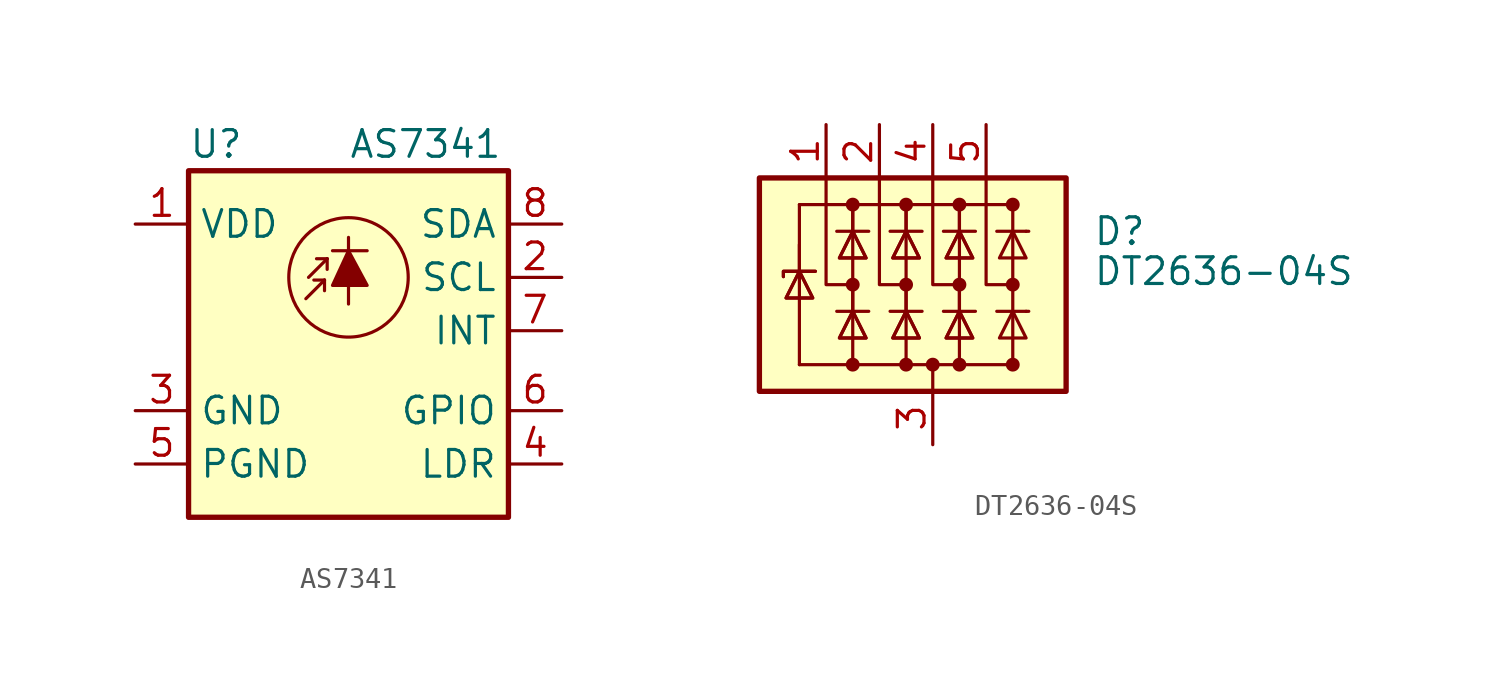
<source format=kicad_sym>
(kicad_symbol_lib
  (version 20211014)
  (generator kicad_symbol_editor)
  (symbol "AS7341"
    (property "Reference" "U"
      (at -7.62 8.89 0)
      (effects (font (size 1.27 1.27)) (justify left)))
    (property "Value" "AS7341"
      (at 0 8.89 0)
      (effects (font (size 1.27 1.27)) (justify left)))
    (symbol "AS7341_0_1"
      (rectangle (start -7.62 7.62) (end 7.62 -8.89) (stroke (width 0.254) (type default) (color 0 0 0 0)) (fill (type background)))
      (polyline (pts (xy 0 4.445) (xy 0 1.27)) (stroke (width 0) (type default) (color 0 0 0 0)) (fill (type none)))
      (circle (center 0 2.54) (radius 2.845) (stroke (width 0) (type default) (color 0 0 0 0)) (fill (type none))))
    (symbol "AS7341_1_1"
      (polyline (pts (xy -1.143 2.413) (xy -2.032 1.524)) (stroke (width 0) (type default) (color 0 0 0 0)) (fill (type none)))
      (polyline (pts (xy -1.143 2.413) (xy -1.651 2.413)) (stroke (width 0) (type default) (color 0 0 0 0)) (fill (type none)))
      (polyline (pts (xy -1.143 2.413) (xy -1.143 1.905)) (stroke (width 0) (type default) (color 0 0 0 0)) (fill (type none)))
      (polyline (pts (xy -1.016 3.429) (xy -1.905 2.54)) (stroke (width 0) (type default) (color 0 0 0 0)) (fill (type none)))
      (polyline (pts (xy -1.016 3.429) (xy -1.524 3.429)) (stroke (width 0) (type default) (color 0 0 0 0)) (fill (type none)))
      (polyline (pts (xy -1.016 3.429) (xy -1.016 2.921)) (stroke (width 0) (type default) (color 0 0 0 0)) (fill (type none)))
      (polyline (pts (xy -0.762 3.81) (xy 0.889 3.81)) (stroke (width 0) (type default) (color 0 0 0 0)) (fill (type none)))
      (polyline (pts (xy -0.762 2.159) (xy 0.889 2.159) (xy 0 3.81) (xy -0.762 2.159)) (stroke (width 0) (type default) (color 0 0 0 0)) (fill (type outline)))
      (pin power_in line (at -10.16 5.08 0) (length 2.54) (name "VDD" (effects (font (size 1.27 1.27)))) (number "1" (effects (font (size 1.27 1.27)))))
      (pin input line (at 10.16 2.54 180) (length 2.54) (name "SCL" (effects (font (size 1.27 1.27)))) (number "2" (effects (font (size 1.27 1.27)))))
      (pin power_in line (at -10.16 -3.81 0) (length 2.54) (name "GND" (effects (font (size 1.27 1.27)))) (number "3" (effects (font (size 1.27 1.27)))))
      (pin output line (at 10.16 -6.35 180) (length 2.54) (name "LDR" (effects (font (size 1.27 1.27)))) (number "4" (effects (font (size 1.27 1.27)))))
      (pin power_in line (at -10.16 -6.35 0) (length 2.54) (name "PGND" (effects (font (size 1.27 1.27)))) (number "5" (effects (font (size 1.27 1.27)))))
      (pin bidirectional line (at 10.16 -3.81 180) (length 2.54) (name "GPIO" (effects (font (size 1.27 1.27)))) (number "6" (effects (font (size 1.27 1.27)))))
      (pin open_collector line (at 10.16 0 180) (length 2.54) (name "INT" (effects (font (size 1.27 1.27)))) (number "7" (effects (font (size 1.27 1.27)))))
      (pin bidirectional line (at 10.16 5.08 180) (length 2.54) (name "SDA" (effects (font (size 1.27 1.27)))) (number "8" (effects (font (size 1.27 1.27)))))))
  (symbol "DT2636-04S"
    (pin_names hide)
    (property "Reference" "D"
      (at 7.62 2.54 0)
      (effects (font (size 1.27 1.27)) (justify left)))
    (property "Value" "DT2636-04S"
      (at 7.62 0.635 0)
      (effects (font (size 1.27 1.27)) (justify left)))
    (symbol "DT2636-04S_0_0"
      (pin passive line (at 0 -7.62 90) (length 2.54) (name "GND" (effects (font (size 1.27 1.27)))) (number "3" (effects (font (size 1.27 1.27))))))
    (symbol "DT2636-04S_0_1"
      (rectangle (start -8.255 5.08) (end 6.35 -5.08) (stroke (width 0.254) (type default) (color 0 0 0 0)) (fill (type background)))
      (circle (center -3.81 -3.81) (radius 0.254) (stroke (width 0) (type default) (color 0 0 0 0)) (fill (type outline)))
      (circle (center -3.81 0) (radius 0.254) (stroke (width 0) (type default) (color 0 0 0 0)) (fill (type outline)))
      (circle (center -3.81 3.81) (radius 0.254) (stroke (width 0) (type default) (color 0 0 0 0)) (fill (type outline)))
      (circle (center -1.27 -3.81) (radius 0.254) (stroke (width 0) (type default) (color 0 0 0 0)) (fill (type outline)))
      (circle (center -1.27 0) (radius 0.254) (stroke (width 0) (type default) (color 0 0 0 0)) (fill (type outline)))
      (circle (center -1.27 3.81) (radius 0.254) (stroke (width 0) (type default) (color 0 0 0 0)) (fill (type outline)))
      (circle (center 0 -3.81) (radius 0.254) (stroke (width 0) (type default) (color 0 0 0 0)) (fill (type outline)))
      (polyline (pts (xy -6.35 0.635) (xy -6.35 -3.81)) (stroke (width 0) (type default) (color 0 0 0 0)) (fill (type none)))
      (polyline (pts (xy -6.35 1.905) (xy -6.35 0.635)) (stroke (width 0) (type default) (color 0 0 0 0)) (fill (type none)))
      (polyline (pts (xy -6.35 3.81) (xy -6.35 0.635)) (stroke (width 0) (type default) (color 0 0 0 0)) (fill (type none)))
      (polyline (pts (xy -3.81 -3.81) (xy -6.35 -3.81)) (stroke (width 0) (type default) (color 0 0 0 0)) (fill (type none)))
      (polyline (pts (xy -3.81 0) (xy -3.81 -1.27)) (stroke (width 0) (type default) (color 0 0 0 0)) (fill (type none)))
      (polyline (pts (xy -3.81 2.54) (xy -3.81 -1.27)) (stroke (width 0) (type default) (color 0 0 0 0)) (fill (type none)))
      (polyline (pts (xy -3.81 3.81) (xy -3.81 2.54)) (stroke (width 0) (type default) (color 0 0 0 0)) (fill (type none)))
      (polyline (pts (xy -3.81 3.81) (xy -3.81 2.54)) (stroke (width 0) (type default) (color 0 0 0 0)) (fill (type none)))
      (polyline (pts (xy -1.27 0) (xy -1.27 -1.27)) (stroke (width 0) (type default) (color 0 0 0 0)) (fill (type none)))
      (polyline (pts (xy -1.27 2.54) (xy -1.27 -1.27)) (stroke (width 0) (type default) (color 0 0 0 0)) (fill (type none)))
      (polyline (pts (xy -1.27 3.81) (xy -1.27 2.54)) (stroke (width 0) (type default) (color 0 0 0 0)) (fill (type none)))
      (polyline (pts (xy -1.27 3.81) (xy -1.27 2.54)) (stroke (width 0) (type default) (color 0 0 0 0)) (fill (type none)))
      (polyline (pts (xy 0 -5.08) (xy 0 -3.81)) (stroke (width 0) (type default) (color 0 0 0 0)) (fill (type none)))
      (polyline (pts (xy 1.27 0) (xy 1.27 -1.27)) (stroke (width 0) (type default) (color 0 0 0 0)) (fill (type none)))
      (polyline (pts (xy 1.27 2.54) (xy 1.27 -1.27)) (stroke (width 0) (type default) (color 0 0 0 0)) (fill (type none)))
      (polyline (pts (xy 1.27 3.81) (xy 1.27 2.54)) (stroke (width 0) (type default) (color 0 0 0 0)) (fill (type none)))
      (polyline (pts (xy 1.27 3.81) (xy 1.27 2.54)) (stroke (width 0) (type default) (color 0 0 0 0)) (fill (type none)))
      (polyline (pts (xy 3.81 -3.81) (xy 3.81 2.54)) (stroke (width 0) (type default) (color 0 0 0 0)) (fill (type none)))
      (polyline (pts (xy 3.81 3.81) (xy -6.35 3.81)) (stroke (width 0) (type default) (color 0 0 0 0)) (fill (type none)))
      (polyline (pts (xy 3.81 3.81) (xy 3.81 2.54)) (stroke (width 0) (type default) (color 0 0 0 0)) (fill (type none)))
      (polyline (pts (xy 4.445 -1.27) (xy 3.048 -1.27)) (stroke (width 0) (type default) (color 0 0 0 0)) (fill (type none)))
      (polyline (pts (xy 4.445 -1.27) (xy 4.572 -1.27)) (stroke (width 0) (type default) (color 0 0 0 0)) (fill (type none)))
      (polyline (pts (xy 4.445 2.54) (xy 3.048 2.54)) (stroke (width 0) (type default) (color 0 0 0 0)) (fill (type none)))
      (polyline (pts (xy 4.445 2.54) (xy 4.572 2.54)) (stroke (width 0) (type default) (color 0 0 0 0)) (fill (type none)))
      (polyline (pts (xy -5.08 5.08) (xy -5.08 0) (xy -3.81 0)) (stroke (width 0) (type default) (color 0 0 0 0)) (fill (type none)))
      (polyline (pts (xy -4.572 -1.27) (xy -3.175 -1.27) (xy -3.048 -1.27)) (stroke (width 0) (type default) (color 0 0 0 0)) (fill (type none)))
      (polyline (pts (xy -4.572 2.54) (xy -3.175 2.54) (xy -3.048 2.54)) (stroke (width 0) (type default) (color 0 0 0 0)) (fill (type none)))
      (polyline (pts (xy -3.81 -1.27) (xy -3.81 -3.81) (xy -1.27 -3.81)) (stroke (width 0) (type default) (color 0 0 0 0)) (fill (type none)))
      (polyline (pts (xy -2.54 5.08) (xy -2.54 0) (xy -1.27 0)) (stroke (width 0) (type default) (color 0 0 0 0)) (fill (type none)))
      (polyline (pts (xy -2.032 -1.27) (xy -0.635 -1.27) (xy -0.508 -1.27)) (stroke (width 0) (type default) (color 0 0 0 0)) (fill (type none)))
      (polyline (pts (xy -2.032 2.54) (xy -0.635 2.54) (xy -0.508 2.54)) (stroke (width 0) (type default) (color 0 0 0 0)) (fill (type none)))
      (polyline (pts (xy -1.27 -1.27) (xy -1.27 -3.81) (xy 1.27 -3.81)) (stroke (width 0) (type default) (color 0 0 0 0)) (fill (type none)))
      (polyline (pts (xy 0 5.08) (xy 0 0) (xy 1.27 0)) (stroke (width 0) (type default) (color 0 0 0 0)) (fill (type none)))
      (polyline (pts (xy 0.508 -1.27) (xy 1.905 -1.27) (xy 2.032 -1.27)) (stroke (width 0) (type default) (color 0 0 0 0)) (fill (type none)))
      (polyline (pts (xy 0.508 2.54) (xy 1.905 2.54) (xy 2.032 2.54)) (stroke (width 0) (type default) (color 0 0 0 0)) (fill (type none)))
      (polyline (pts (xy 1.27 -1.27) (xy 1.27 -3.81) (xy 3.81 -3.81)) (stroke (width 0) (type default) (color 0 0 0 0)) (fill (type none)))
      (polyline (pts (xy 2.54 5.08) (xy 2.54 0) (xy 3.81 0)) (stroke (width 0) (type default) (color 0 0 0 0)) (fill (type none)))
      (polyline (pts (xy -7.112 0.381) (xy -7.112 0.635) (xy -5.715 0.635) (xy -5.588 0.635)) (stroke (width 0) (type default) (color 0 0 0 0)) (fill (type none)))
      (polyline (pts (xy -7.112 0.381) (xy -7.112 0.635) (xy -5.715 0.635) (xy -5.588 0.635)) (stroke (width 0) (type default) (color 0 0 0 0)) (fill (type none)))
      (polyline (pts (xy -6.35 0.635) (xy -5.715 -0.635) (xy -6.985 -0.635) (xy -6.35 0.635)) (stroke (width 0) (type default) (color 0 0 0 0)) (fill (type none)))
      (polyline (pts (xy -6.35 0.635) (xy -5.715 -0.635) (xy -6.985 -0.635) (xy -6.35 0.635)) (stroke (width 0) (type default) (color 0 0 0 0)) (fill (type none)))
      (polyline (pts (xy -3.81 -1.27) (xy -3.175 -2.54) (xy -4.445 -2.54) (xy -3.81 -1.27)) (stroke (width 0) (type default) (color 0 0 0 0)) (fill (type none)))
      (polyline (pts (xy -3.81 -1.27) (xy -3.175 -2.54) (xy -4.445 -2.54) (xy -3.81 -1.27)) (stroke (width 0) (type default) (color 0 0 0 0)) (fill (type none)))
      (polyline (pts (xy -3.81 2.54) (xy -3.175 1.27) (xy -4.445 1.27) (xy -3.81 2.54)) (stroke (width 0) (type default) (color 0 0 0 0)) (fill (type none)))
      (polyline (pts (xy -3.81 2.54) (xy -3.175 1.27) (xy -4.445 1.27) (xy -3.81 2.54)) (stroke (width 0) (type default) (color 0 0 0 0)) (fill (type none)))
      (polyline (pts (xy -1.27 -1.27) (xy -0.635 -2.54) (xy -1.905 -2.54) (xy -1.27 -1.27)) (stroke (width 0) (type default) (color 0 0 0 0)) (fill (type none)))
      (polyline (pts (xy -1.27 -1.27) (xy -0.635 -2.54) (xy -1.905 -2.54) (xy -1.27 -1.27)) (stroke (width 0) (type default) (color 0 0 0 0)) (fill (type none)))
      (polyline (pts (xy -1.27 2.54) (xy -0.635 1.27) (xy -1.905 1.27) (xy -1.27 2.54)) (stroke (width 0) (type default) (color 0 0 0 0)) (fill (type none)))
      (polyline (pts (xy -1.27 2.54) (xy -0.635 1.27) (xy -1.905 1.27) (xy -1.27 2.54)) (stroke (width 0) (type default) (color 0 0 0 0)) (fill (type none)))
      (polyline (pts (xy 1.27 -1.27) (xy 1.905 -2.54) (xy 0.635 -2.54) (xy 1.27 -1.27)) (stroke (width 0) (type default) (color 0 0 0 0)) (fill (type none)))
      (polyline (pts (xy 1.27 -1.27) (xy 1.905 -2.54) (xy 0.635 -2.54) (xy 1.27 -1.27)) (stroke (width 0) (type default) (color 0 0 0 0)) (fill (type none)))
      (polyline (pts (xy 1.27 2.54) (xy 1.905 1.27) (xy 0.635 1.27) (xy 1.27 2.54)) (stroke (width 0) (type default) (color 0 0 0 0)) (fill (type none)))
      (polyline (pts (xy 1.27 2.54) (xy 1.905 1.27) (xy 0.635 1.27) (xy 1.27 2.54)) (stroke (width 0) (type default) (color 0 0 0 0)) (fill (type none)))
      (polyline (pts (xy 4.445 -2.54) (xy 3.175 -2.54) (xy 3.81 -1.27) (xy 4.445 -2.54)) (stroke (width 0) (type default) (color 0 0 0 0)) (fill (type none)))
      (polyline (pts (xy 4.445 1.27) (xy 3.175 1.27) (xy 3.81 2.54) (xy 4.445 1.27)) (stroke (width 0) (type default) (color 0 0 0 0)) (fill (type none)))
      (circle (center 1.27 -3.81) (radius 0.254) (stroke (width 0) (type default) (color 0 0 0 0)) (fill (type outline)))
      (circle (center 1.27 0) (radius 0.254) (stroke (width 0) (type default) (color 0 0 0 0)) (fill (type outline)))
      (circle (center 1.27 3.81) (radius 0.254) (stroke (width 0) (type default) (color 0 0 0 0)) (fill (type outline)))
      (circle (center 3.81 -3.81) (radius 0.254) (stroke (width 0) (type default) (color 0 0 0 0)) (fill (type outline)))
      (circle (center 3.81 0) (radius 0.254) (stroke (width 0) (type default) (color 0 0 0 0)) (fill (type outline)))
      (circle (center 3.81 3.81) (radius 0.254) (stroke (width 0) (type default) (color 0 0 0 0)) (fill (type outline))))
    (symbol "DT2636-04S_1_1"
      (pin passive line (at -5.08 7.62 270) (length 2.54) (name "CH1" (effects (font (size 1.27 1.27)))) (number "1" (effects (font (size 1.27 1.27)))))
      (pin passive line (at -2.54 7.62 270) (length 2.54) (name "CH2" (effects (font (size 1.27 1.27)))) (number "2" (effects (font (size 1.27 1.27)))))
      (pin passive line (at 0 7.62 270) (length 2.54) (name "CH3" (effects (font (size 1.27 1.27)))) (number "4" (effects (font (size 1.27 1.27)))))
      (pin passive line (at 2.54 7.62 270) (length 2.54) (name "CH4" (effects (font (size 1.27 1.27)))) (number "5" (effects (font (size 1.27 1.27))))))))
</source>
